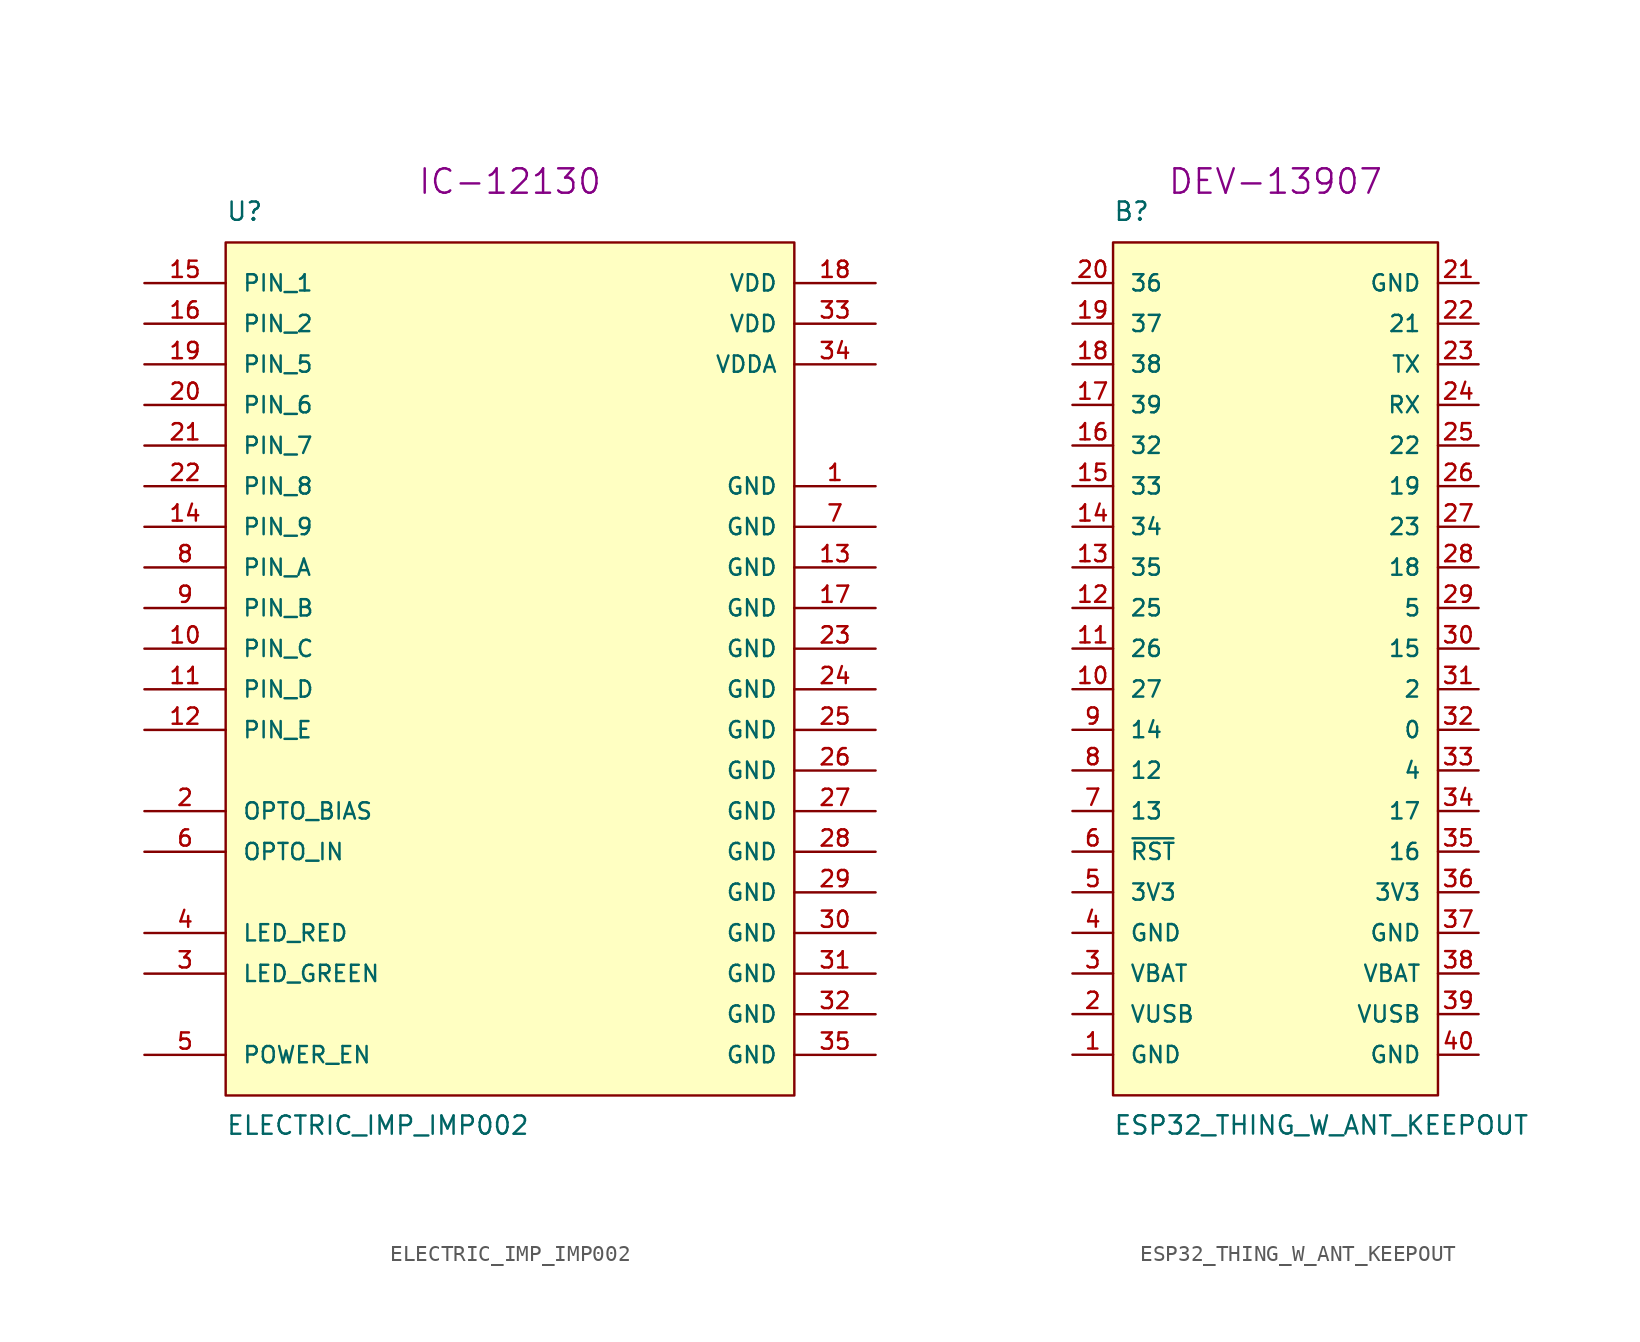
<source format=kicad_sym>
(kicad_symbol_lib
  (version 20220914)
  (generator kicad_symbol_editor)
  (symbol "ELECTRIC_IMP_IMP002"
    (pin_names
      (offset 1.016))
    (property "Reference" "U"
      (at -17.78 26.67 0)
      (effects (font (size 1.143 1.143)) (justify left bottom)))
    (property "Value" "ELECTRIC_IMP_IMP002"
      (at -17.78 -30.48 0)
      (effects (font (size 1.143 1.143)) (justify left bottom)))
    (property "Field4" "IC-12130"
      (at 0 29.21 0)
      (effects (font (size 1.524 1.524))))
    (property "ki_locked" ""
      (at 0 0 0)
      (effects (font (size 1.27 1.27))))
    (symbol "ELECTRIC_IMP_IMP002_1_1"
      (polyline (pts (xy -17.78 25.4) (xy 17.78 25.4) (xy 17.78 -27.94) (xy -17.78 -27.94) (xy -17.78 25.4)) (stroke (width 0) (type solid)) (fill (type background)))
      (pin bidirectional line (at 22.86 10.16 180) (length 5.08) (name "GND" (effects (font (size 1.016 1.016)))) (number "1" (effects (font (size 1.016 1.016)))))
      (pin bidirectional line (at -22.86 0 0) (length 5.08) (name "PIN_C" (effects (font (size 1.016 1.016)))) (number "10" (effects (font (size 1.016 1.016)))))
      (pin bidirectional line (at -22.86 -2.54 0) (length 5.08) (name "PIN_D" (effects (font (size 1.016 1.016)))) (number "11" (effects (font (size 1.016 1.016)))))
      (pin bidirectional line (at -22.86 -5.08 0) (length 5.08) (name "PIN_E" (effects (font (size 1.016 1.016)))) (number "12" (effects (font (size 1.016 1.016)))))
      (pin bidirectional line (at 22.86 5.08 180) (length 5.08) (name "GND" (effects (font (size 1.016 1.016)))) (number "13" (effects (font (size 1.016 1.016)))))
      (pin bidirectional line (at -22.86 7.62 0) (length 5.08) (name "PIN_9" (effects (font (size 1.016 1.016)))) (number "14" (effects (font (size 1.016 1.016)))))
      (pin bidirectional line (at -22.86 22.86 0) (length 5.08) (name "PIN_1" (effects (font (size 1.016 1.016)))) (number "15" (effects (font (size 1.016 1.016)))))
      (pin bidirectional line (at -22.86 20.32 0) (length 5.08) (name "PIN_2" (effects (font (size 1.016 1.016)))) (number "16" (effects (font (size 1.016 1.016)))))
      (pin bidirectional line (at 22.86 2.54 180) (length 5.08) (name "GND" (effects (font (size 1.016 1.016)))) (number "17" (effects (font (size 1.016 1.016)))))
      (pin bidirectional line (at 22.86 22.86 180) (length 5.08) (name "VDD" (effects (font (size 1.016 1.016)))) (number "18" (effects (font (size 1.016 1.016)))))
      (pin bidirectional line (at -22.86 17.78 0) (length 5.08) (name "PIN_5" (effects (font (size 1.016 1.016)))) (number "19" (effects (font (size 1.016 1.016)))))
      (pin bidirectional line (at -22.86 -10.16 0) (length 5.08) (name "OPTO_BIAS" (effects (font (size 1.016 1.016)))) (number "2" (effects (font (size 1.016 1.016)))))
      (pin bidirectional line (at -22.86 15.24 0) (length 5.08) (name "PIN_6" (effects (font (size 1.016 1.016)))) (number "20" (effects (font (size 1.016 1.016)))))
      (pin bidirectional line (at -22.86 12.7 0) (length 5.08) (name "PIN_7" (effects (font (size 1.016 1.016)))) (number "21" (effects (font (size 1.016 1.016)))))
      (pin bidirectional line (at -22.86 10.16 0) (length 5.08) (name "PIN_8" (effects (font (size 1.016 1.016)))) (number "22" (effects (font (size 1.016 1.016)))))
      (pin bidirectional line (at 22.86 0 180) (length 5.08) (name "GND" (effects (font (size 1.016 1.016)))) (number "23" (effects (font (size 1.016 1.016)))))
      (pin bidirectional line (at 22.86 -2.54 180) (length 5.08) (name "GND" (effects (font (size 1.016 1.016)))) (number "24" (effects (font (size 1.016 1.016)))))
      (pin bidirectional line (at 22.86 -5.08 180) (length 5.08) (name "GND" (effects (font (size 1.016 1.016)))) (number "25" (effects (font (size 1.016 1.016)))))
      (pin bidirectional line (at 22.86 -7.62 180) (length 5.08) (name "GND" (effects (font (size 1.016 1.016)))) (number "26" (effects (font (size 1.016 1.016)))))
      (pin bidirectional line (at 22.86 -10.16 180) (length 5.08) (name "GND" (effects (font (size 1.016 1.016)))) (number "27" (effects (font (size 1.016 1.016)))))
      (pin bidirectional line (at 22.86 -12.7 180) (length 5.08) (name "GND" (effects (font (size 1.016 1.016)))) (number "28" (effects (font (size 1.016 1.016)))))
      (pin bidirectional line (at 22.86 -15.24 180) (length 5.08) (name "GND" (effects (font (size 1.016 1.016)))) (number "29" (effects (font (size 1.016 1.016)))))
      (pin bidirectional line (at -22.86 -20.32 0) (length 5.08) (name "LED_GREEN" (effects (font (size 1.016 1.016)))) (number "3" (effects (font (size 1.016 1.016)))))
      (pin bidirectional line (at 22.86 -17.78 180) (length 5.08) (name "GND" (effects (font (size 1.016 1.016)))) (number "30" (effects (font (size 1.016 1.016)))))
      (pin bidirectional line (at 22.86 -20.32 180) (length 5.08) (name "GND" (effects (font (size 1.016 1.016)))) (number "31" (effects (font (size 1.016 1.016)))))
      (pin bidirectional line (at 22.86 -22.86 180) (length 5.08) (name "GND" (effects (font (size 1.016 1.016)))) (number "32" (effects (font (size 1.016 1.016)))))
      (pin bidirectional line (at 22.86 20.32 180) (length 5.08) (name "VDD" (effects (font (size 1.016 1.016)))) (number "33" (effects (font (size 1.016 1.016)))))
      (pin bidirectional line (at 22.86 17.78 180) (length 5.08) (name "VDDA" (effects (font (size 1.016 1.016)))) (number "34" (effects (font (size 1.016 1.016)))))
      (pin bidirectional line (at 22.86 -25.4 180) (length 5.08) (name "GND" (effects (font (size 1.016 1.016)))) (number "35" (effects (font (size 1.016 1.016)))))
      (pin bidirectional line (at -22.86 -17.78 0) (length 5.08) (name "LED_RED" (effects (font (size 1.016 1.016)))) (number "4" (effects (font (size 1.016 1.016)))))
      (pin bidirectional line (at -22.86 -25.4 0) (length 5.08) (name "POWER_EN" (effects (font (size 1.016 1.016)))) (number "5" (effects (font (size 1.016 1.016)))))
      (pin bidirectional line (at -22.86 -12.7 0) (length 5.08) (name "OPTO_IN" (effects (font (size 1.016 1.016)))) (number "6" (effects (font (size 1.016 1.016)))))
      (pin bidirectional line (at 22.86 7.62 180) (length 5.08) (name "GND" (effects (font (size 1.016 1.016)))) (number "7" (effects (font (size 1.016 1.016)))))
      (pin bidirectional line (at -22.86 5.08 0) (length 5.08) (name "PIN_A" (effects (font (size 1.016 1.016)))) (number "8" (effects (font (size 1.016 1.016)))))
      (pin bidirectional line (at -22.86 2.54 0) (length 5.08) (name "PIN_B" (effects (font (size 1.016 1.016)))) (number "9" (effects (font (size 1.016 1.016)))))))
  (symbol "ESP32_THING_W_ANT_KEEPOUT"
    (pin_names
      (offset 1.016))
    (property "Reference" "B"
      (at -10.16 29.21 0)
      (effects (font (size 1.143 1.143)) (justify left bottom)))
    (property "Value" "ESP32_THING_W_ANT_KEEPOUT"
      (at -10.16 -27.94 0)
      (effects (font (size 1.143 1.143)) (justify left bottom)))
    (property "Field4" "DEV-13907"
      (at 0 31.75 0)
      (effects (font (size 1.524 1.524))))
    (property "ki_locked" ""
      (at 0 0 0)
      (effects (font (size 1.27 1.27))))
    (symbol "ESP32_THING_W_ANT_KEEPOUT_1_1"
      (polyline (pts (xy -10.16 -25.4) (xy -10.16 27.94) (xy 10.16 27.94) (xy 10.16 -25.4) (xy -10.16 -25.4)) (stroke (width 0) (type solid)) (fill (type background)))
      (pin bidirectional line (at -12.7 -22.86 0) (length 2.54) (name "GND" (effects (font (size 1.016 1.016)))) (number "1" (effects (font (size 1.016 1.016)))))
      (pin bidirectional line (at -12.7 0 0) (length 2.54) (name "27" (effects (font (size 1.016 1.016)))) (number "10" (effects (font (size 1.016 1.016)))))
      (pin bidirectional line (at -12.7 2.54 0) (length 2.54) (name "26" (effects (font (size 1.016 1.016)))) (number "11" (effects (font (size 1.016 1.016)))))
      (pin bidirectional line (at -12.7 5.08 0) (length 2.54) (name "25" (effects (font (size 1.016 1.016)))) (number "12" (effects (font (size 1.016 1.016)))))
      (pin bidirectional line (at -12.7 7.62 0) (length 2.54) (name "35" (effects (font (size 1.016 1.016)))) (number "13" (effects (font (size 1.016 1.016)))))
      (pin bidirectional line (at -12.7 10.16 0) (length 2.54) (name "34" (effects (font (size 1.016 1.016)))) (number "14" (effects (font (size 1.016 1.016)))))
      (pin bidirectional line (at -12.7 12.7 0) (length 2.54) (name "33" (effects (font (size 1.016 1.016)))) (number "15" (effects (font (size 1.016 1.016)))))
      (pin bidirectional line (at -12.7 15.24 0) (length 2.54) (name "32" (effects (font (size 1.016 1.016)))) (number "16" (effects (font (size 1.016 1.016)))))
      (pin bidirectional line (at -12.7 17.78 0) (length 2.54) (name "39" (effects (font (size 1.016 1.016)))) (number "17" (effects (font (size 1.016 1.016)))))
      (pin bidirectional line (at -12.7 20.32 0) (length 2.54) (name "38" (effects (font (size 1.016 1.016)))) (number "18" (effects (font (size 1.016 1.016)))))
      (pin bidirectional line (at -12.7 22.86 0) (length 2.54) (name "37" (effects (font (size 1.016 1.016)))) (number "19" (effects (font (size 1.016 1.016)))))
      (pin bidirectional line (at -12.7 -20.32 0) (length 2.54) (name "VUSB" (effects (font (size 1.016 1.016)))) (number "2" (effects (font (size 1.016 1.016)))))
      (pin bidirectional line (at -12.7 25.4 0) (length 2.54) (name "36" (effects (font (size 1.016 1.016)))) (number "20" (effects (font (size 1.016 1.016)))))
      (pin bidirectional line (at 12.7 25.4 180) (length 2.54) (name "GND" (effects (font (size 1.016 1.016)))) (number "21" (effects (font (size 1.016 1.016)))))
      (pin bidirectional line (at 12.7 22.86 180) (length 2.54) (name "21" (effects (font (size 1.016 1.016)))) (number "22" (effects (font (size 1.016 1.016)))))
      (pin bidirectional line (at 12.7 20.32 180) (length 2.54) (name "TX" (effects (font (size 1.016 1.016)))) (number "23" (effects (font (size 1.016 1.016)))))
      (pin bidirectional line (at 12.7 17.78 180) (length 2.54) (name "RX" (effects (font (size 1.016 1.016)))) (number "24" (effects (font (size 1.016 1.016)))))
      (pin bidirectional line (at 12.7 15.24 180) (length 2.54) (name "22" (effects (font (size 1.016 1.016)))) (number "25" (effects (font (size 1.016 1.016)))))
      (pin bidirectional line (at 12.7 12.7 180) (length 2.54) (name "19" (effects (font (size 1.016 1.016)))) (number "26" (effects (font (size 1.016 1.016)))))
      (pin bidirectional line (at 12.7 10.16 180) (length 2.54) (name "23" (effects (font (size 1.016 1.016)))) (number "27" (effects (font (size 1.016 1.016)))))
      (pin bidirectional line (at 12.7 7.62 180) (length 2.54) (name "18" (effects (font (size 1.016 1.016)))) (number "28" (effects (font (size 1.016 1.016)))))
      (pin bidirectional line (at 12.7 5.08 180) (length 2.54) (name "5" (effects (font (size 1.016 1.016)))) (number "29" (effects (font (size 1.016 1.016)))))
      (pin bidirectional line (at -12.7 -17.78 0) (length 2.54) (name "VBAT" (effects (font (size 1.016 1.016)))) (number "3" (effects (font (size 1.016 1.016)))))
      (pin bidirectional line (at 12.7 2.54 180) (length 2.54) (name "15" (effects (font (size 1.016 1.016)))) (number "30" (effects (font (size 1.016 1.016)))))
      (pin bidirectional line (at 12.7 0 180) (length 2.54) (name "2" (effects (font (size 1.016 1.016)))) (number "31" (effects (font (size 1.016 1.016)))))
      (pin bidirectional line (at 12.7 -2.54 180) (length 2.54) (name "0" (effects (font (size 1.016 1.016)))) (number "32" (effects (font (size 1.016 1.016)))))
      (pin bidirectional line (at 12.7 -5.08 180) (length 2.54) (name "4" (effects (font (size 1.016 1.016)))) (number "33" (effects (font (size 1.016 1.016)))))
      (pin bidirectional line (at 12.7 -7.62 180) (length 2.54) (name "17" (effects (font (size 1.016 1.016)))) (number "34" (effects (font (size 1.016 1.016)))))
      (pin bidirectional line (at 12.7 -10.16 180) (length 2.54) (name "16" (effects (font (size 1.016 1.016)))) (number "35" (effects (font (size 1.016 1.016)))))
      (pin bidirectional line (at 12.7 -12.7 180) (length 2.54) (name "3V3" (effects (font (size 1.016 1.016)))) (number "36" (effects (font (size 1.016 1.016)))))
      (pin bidirectional line (at 12.7 -15.24 180) (length 2.54) (name "GND" (effects (font (size 1.016 1.016)))) (number "37" (effects (font (size 1.016 1.016)))))
      (pin bidirectional line (at 12.7 -17.78 180) (length 2.54) (name "VBAT" (effects (font (size 1.016 1.016)))) (number "38" (effects (font (size 1.016 1.016)))))
      (pin bidirectional line (at 12.7 -20.32 180) (length 2.54) (name "VUSB" (effects (font (size 1.016 1.016)))) (number "39" (effects (font (size 1.016 1.016)))))
      (pin bidirectional line (at -12.7 -15.24 0) (length 2.54) (name "GND" (effects (font (size 1.016 1.016)))) (number "4" (effects (font (size 1.016 1.016)))))
      (pin bidirectional line (at 12.7 -22.86 180) (length 2.54) (name "GND" (effects (font (size 1.016 1.016)))) (number "40" (effects (font (size 1.016 1.016)))))
      (pin bidirectional line (at -12.7 -12.7 0) (length 2.54) (name "3V3" (effects (font (size 1.016 1.016)))) (number "5" (effects (font (size 1.016 1.016)))))
      (pin bidirectional line (at -12.7 -10.16 0) (length 2.54) (name "~{RST}" (effects (font (size 1.016 1.016)))) (number "6" (effects (font (size 1.016 1.016)))))
      (pin bidirectional line (at -12.7 -7.62 0) (length 2.54) (name "13" (effects (font (size 1.016 1.016)))) (number "7" (effects (font (size 1.016 1.016)))))
      (pin bidirectional line (at -12.7 -5.08 0) (length 2.54) (name "12" (effects (font (size 1.016 1.016)))) (number "8" (effects (font (size 1.016 1.016)))))
      (pin bidirectional line (at -12.7 -2.54 0) (length 2.54) (name "14" (effects (font (size 1.016 1.016)))) (number "9" (effects (font (size 1.016 1.016))))))))
</source>
